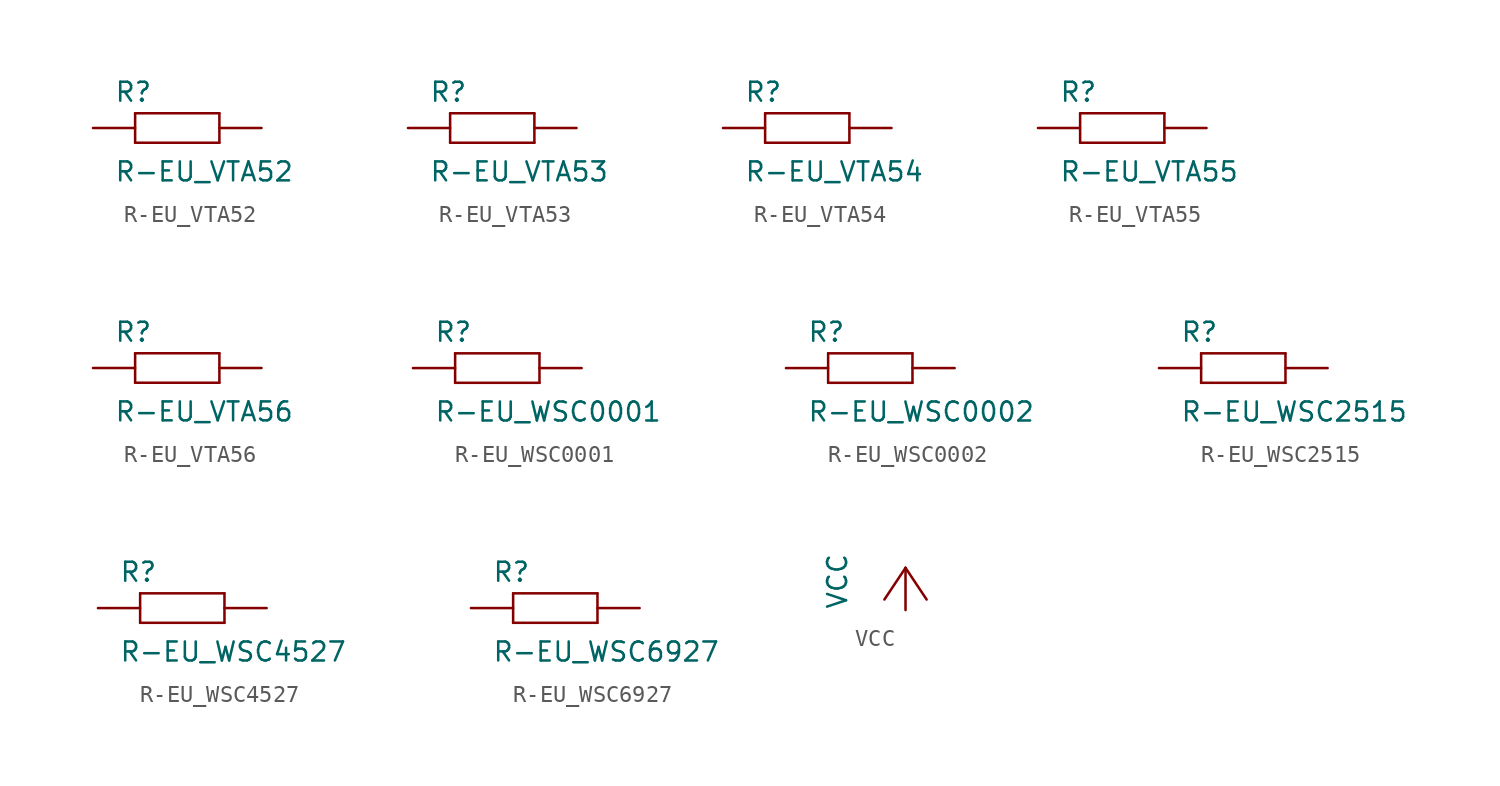
<source format=kicad_sym>
(kicad_symbol_lib
  (version 20211014)
  (generator kicad_symbol_editor)
  (symbol "R-EU_VTA52"
    (pin_numbers hide)
    (pin_names
      (offset 1.016) hide)
    (property "Reference" "R"
      (at -3.81 1.499 0)
      (effects (font (size 1.143 1.143)) (justify left bottom)))
    (property "Value" "R-EU_VTA52"
      (at -3.81 -3.302 0)
      (effects (font (size 1.143 1.143)) (justify left bottom)))
    (property "ki_locked" ""
      (at 0 0 0)
      (effects (font (size 1.27 1.27))))
    (symbol "R-EU_VTA52_1_0"
      (polyline (pts (xy -2.54 -0.889) (xy -2.54 0.889)) (stroke (width 0) (type default) (color 0 0 0 0)) (fill (type none)))
      (polyline (pts (xy -2.54 -0.889) (xy 2.54 -0.889)) (stroke (width 0) (type default) (color 0 0 0 0)) (fill (type none)))
      (polyline (pts (xy 2.54 -0.889) (xy 2.54 0.889)) (stroke (width 0) (type default) (color 0 0 0 0)) (fill (type none)))
      (polyline (pts (xy 2.54 0.889) (xy -2.54 0.889)) (stroke (width 0) (type default) (color 0 0 0 0)) (fill (type none))))
    (symbol "R-EU_VTA52_1_1"
      (pin passive line (at -5.08 0 0) (length 2.54) (name "1" (effects (font (size 1.016 1.016)))) (number "1" (effects (font (size 1.016 1.016)))))
      (pin passive line (at 5.08 0 180) (length 2.54) (name "2" (effects (font (size 1.016 1.016)))) (number "2" (effects (font (size 1.016 1.016)))))))
  (symbol "R-EU_VTA53"
    (pin_numbers hide)
    (pin_names
      (offset 1.016) hide)
    (property "Reference" "R"
      (at -3.81 1.499 0)
      (effects (font (size 1.143 1.143)) (justify left bottom)))
    (property "Value" "R-EU_VTA53"
      (at -3.81 -3.302 0)
      (effects (font (size 1.143 1.143)) (justify left bottom)))
    (property "ki_locked" ""
      (at 0 0 0)
      (effects (font (size 1.27 1.27))))
    (symbol "R-EU_VTA53_1_0"
      (polyline (pts (xy -2.54 -0.889) (xy -2.54 0.889)) (stroke (width 0) (type default) (color 0 0 0 0)) (fill (type none)))
      (polyline (pts (xy -2.54 -0.889) (xy 2.54 -0.889)) (stroke (width 0) (type default) (color 0 0 0 0)) (fill (type none)))
      (polyline (pts (xy 2.54 -0.889) (xy 2.54 0.889)) (stroke (width 0) (type default) (color 0 0 0 0)) (fill (type none)))
      (polyline (pts (xy 2.54 0.889) (xy -2.54 0.889)) (stroke (width 0) (type default) (color 0 0 0 0)) (fill (type none))))
    (symbol "R-EU_VTA53_1_1"
      (pin passive line (at -5.08 0 0) (length 2.54) (name "1" (effects (font (size 1.016 1.016)))) (number "1" (effects (font (size 1.016 1.016)))))
      (pin passive line (at 5.08 0 180) (length 2.54) (name "2" (effects (font (size 1.016 1.016)))) (number "2" (effects (font (size 1.016 1.016)))))))
  (symbol "R-EU_VTA54"
    (pin_numbers hide)
    (pin_names
      (offset 1.016) hide)
    (property "Reference" "R"
      (at -3.81 1.499 0)
      (effects (font (size 1.143 1.143)) (justify left bottom)))
    (property "Value" "R-EU_VTA54"
      (at -3.81 -3.302 0)
      (effects (font (size 1.143 1.143)) (justify left bottom)))
    (property "ki_locked" ""
      (at 0 0 0)
      (effects (font (size 1.27 1.27))))
    (symbol "R-EU_VTA54_1_0"
      (polyline (pts (xy -2.54 -0.889) (xy -2.54 0.889)) (stroke (width 0) (type default) (color 0 0 0 0)) (fill (type none)))
      (polyline (pts (xy -2.54 -0.889) (xy 2.54 -0.889)) (stroke (width 0) (type default) (color 0 0 0 0)) (fill (type none)))
      (polyline (pts (xy 2.54 -0.889) (xy 2.54 0.889)) (stroke (width 0) (type default) (color 0 0 0 0)) (fill (type none)))
      (polyline (pts (xy 2.54 0.889) (xy -2.54 0.889)) (stroke (width 0) (type default) (color 0 0 0 0)) (fill (type none))))
    (symbol "R-EU_VTA54_1_1"
      (pin passive line (at -5.08 0 0) (length 2.54) (name "1" (effects (font (size 1.016 1.016)))) (number "1" (effects (font (size 1.016 1.016)))))
      (pin passive line (at 5.08 0 180) (length 2.54) (name "2" (effects (font (size 1.016 1.016)))) (number "2" (effects (font (size 1.016 1.016)))))))
  (symbol "R-EU_VTA55"
    (pin_numbers hide)
    (pin_names
      (offset 1.016) hide)
    (property "Reference" "R"
      (at -3.81 1.499 0)
      (effects (font (size 1.143 1.143)) (justify left bottom)))
    (property "Value" "R-EU_VTA55"
      (at -3.81 -3.302 0)
      (effects (font (size 1.143 1.143)) (justify left bottom)))
    (property "ki_locked" ""
      (at 0 0 0)
      (effects (font (size 1.27 1.27))))
    (symbol "R-EU_VTA55_1_0"
      (polyline (pts (xy -2.54 -0.889) (xy -2.54 0.889)) (stroke (width 0) (type default) (color 0 0 0 0)) (fill (type none)))
      (polyline (pts (xy -2.54 -0.889) (xy 2.54 -0.889)) (stroke (width 0) (type default) (color 0 0 0 0)) (fill (type none)))
      (polyline (pts (xy 2.54 -0.889) (xy 2.54 0.889)) (stroke (width 0) (type default) (color 0 0 0 0)) (fill (type none)))
      (polyline (pts (xy 2.54 0.889) (xy -2.54 0.889)) (stroke (width 0) (type default) (color 0 0 0 0)) (fill (type none))))
    (symbol "R-EU_VTA55_1_1"
      (pin passive line (at -5.08 0 0) (length 2.54) (name "1" (effects (font (size 1.016 1.016)))) (number "1" (effects (font (size 1.016 1.016)))))
      (pin passive line (at 5.08 0 180) (length 2.54) (name "2" (effects (font (size 1.016 1.016)))) (number "2" (effects (font (size 1.016 1.016)))))))
  (symbol "R-EU_VTA56"
    (pin_numbers hide)
    (pin_names
      (offset 1.016) hide)
    (property "Reference" "R"
      (at -3.81 1.499 0)
      (effects (font (size 1.143 1.143)) (justify left bottom)))
    (property "Value" "R-EU_VTA56"
      (at -3.81 -3.302 0)
      (effects (font (size 1.143 1.143)) (justify left bottom)))
    (property "ki_locked" ""
      (at 0 0 0)
      (effects (font (size 1.27 1.27))))
    (symbol "R-EU_VTA56_1_0"
      (polyline (pts (xy -2.54 -0.889) (xy -2.54 0.889)) (stroke (width 0) (type default) (color 0 0 0 0)) (fill (type none)))
      (polyline (pts (xy -2.54 -0.889) (xy 2.54 -0.889)) (stroke (width 0) (type default) (color 0 0 0 0)) (fill (type none)))
      (polyline (pts (xy 2.54 -0.889) (xy 2.54 0.889)) (stroke (width 0) (type default) (color 0 0 0 0)) (fill (type none)))
      (polyline (pts (xy 2.54 0.889) (xy -2.54 0.889)) (stroke (width 0) (type default) (color 0 0 0 0)) (fill (type none))))
    (symbol "R-EU_VTA56_1_1"
      (pin passive line (at -5.08 0 0) (length 2.54) (name "1" (effects (font (size 1.016 1.016)))) (number "1" (effects (font (size 1.016 1.016)))))
      (pin passive line (at 5.08 0 180) (length 2.54) (name "2" (effects (font (size 1.016 1.016)))) (number "2" (effects (font (size 1.016 1.016)))))))
  (symbol "R-EU_WSC0001"
    (pin_numbers hide)
    (pin_names
      (offset 1.016) hide)
    (property "Reference" "R"
      (at -3.81 1.499 0)
      (effects (font (size 1.143 1.143)) (justify left bottom)))
    (property "Value" "R-EU_WSC0001"
      (at -3.81 -3.302 0)
      (effects (font (size 1.143 1.143)) (justify left bottom)))
    (property "ki_locked" ""
      (at 0 0 0)
      (effects (font (size 1.27 1.27))))
    (symbol "R-EU_WSC0001_1_0"
      (polyline (pts (xy -2.54 -0.889) (xy -2.54 0.889)) (stroke (width 0) (type default) (color 0 0 0 0)) (fill (type none)))
      (polyline (pts (xy -2.54 -0.889) (xy 2.54 -0.889)) (stroke (width 0) (type default) (color 0 0 0 0)) (fill (type none)))
      (polyline (pts (xy 2.54 -0.889) (xy 2.54 0.889)) (stroke (width 0) (type default) (color 0 0 0 0)) (fill (type none)))
      (polyline (pts (xy 2.54 0.889) (xy -2.54 0.889)) (stroke (width 0) (type default) (color 0 0 0 0)) (fill (type none))))
    (symbol "R-EU_WSC0001_1_1"
      (pin passive line (at -5.08 0 0) (length 2.54) (name "1" (effects (font (size 1.016 1.016)))) (number "1" (effects (font (size 1.016 1.016)))))
      (pin passive line (at 5.08 0 180) (length 2.54) (name "2" (effects (font (size 1.016 1.016)))) (number "2" (effects (font (size 1.016 1.016)))))))
  (symbol "R-EU_WSC0002"
    (pin_numbers hide)
    (pin_names
      (offset 1.016) hide)
    (property "Reference" "R"
      (at -3.81 1.499 0)
      (effects (font (size 1.143 1.143)) (justify left bottom)))
    (property "Value" "R-EU_WSC0002"
      (at -3.81 -3.302 0)
      (effects (font (size 1.143 1.143)) (justify left bottom)))
    (property "ki_locked" ""
      (at 0 0 0)
      (effects (font (size 1.27 1.27))))
    (symbol "R-EU_WSC0002_1_0"
      (polyline (pts (xy -2.54 -0.889) (xy -2.54 0.889)) (stroke (width 0) (type default) (color 0 0 0 0)) (fill (type none)))
      (polyline (pts (xy -2.54 -0.889) (xy 2.54 -0.889)) (stroke (width 0) (type default) (color 0 0 0 0)) (fill (type none)))
      (polyline (pts (xy 2.54 -0.889) (xy 2.54 0.889)) (stroke (width 0) (type default) (color 0 0 0 0)) (fill (type none)))
      (polyline (pts (xy 2.54 0.889) (xy -2.54 0.889)) (stroke (width 0) (type default) (color 0 0 0 0)) (fill (type none))))
    (symbol "R-EU_WSC0002_1_1"
      (pin passive line (at -5.08 0 0) (length 2.54) (name "1" (effects (font (size 1.016 1.016)))) (number "1" (effects (font (size 1.016 1.016)))))
      (pin passive line (at 5.08 0 180) (length 2.54) (name "2" (effects (font (size 1.016 1.016)))) (number "2" (effects (font (size 1.016 1.016)))))))
  (symbol "R-EU_WSC2515"
    (pin_numbers hide)
    (pin_names
      (offset 1.016) hide)
    (property "Reference" "R"
      (at -3.81 1.499 0)
      (effects (font (size 1.143 1.143)) (justify left bottom)))
    (property "Value" "R-EU_WSC2515"
      (at -3.81 -3.302 0)
      (effects (font (size 1.143 1.143)) (justify left bottom)))
    (property "ki_locked" ""
      (at 0 0 0)
      (effects (font (size 1.27 1.27))))
    (symbol "R-EU_WSC2515_1_0"
      (polyline (pts (xy -2.54 -0.889) (xy -2.54 0.889)) (stroke (width 0) (type default) (color 0 0 0 0)) (fill (type none)))
      (polyline (pts (xy -2.54 -0.889) (xy 2.54 -0.889)) (stroke (width 0) (type default) (color 0 0 0 0)) (fill (type none)))
      (polyline (pts (xy 2.54 -0.889) (xy 2.54 0.889)) (stroke (width 0) (type default) (color 0 0 0 0)) (fill (type none)))
      (polyline (pts (xy 2.54 0.889) (xy -2.54 0.889)) (stroke (width 0) (type default) (color 0 0 0 0)) (fill (type none))))
    (symbol "R-EU_WSC2515_1_1"
      (pin passive line (at -5.08 0 0) (length 2.54) (name "1" (effects (font (size 1.016 1.016)))) (number "1" (effects (font (size 1.016 1.016)))))
      (pin passive line (at 5.08 0 180) (length 2.54) (name "2" (effects (font (size 1.016 1.016)))) (number "2" (effects (font (size 1.016 1.016)))))))
  (symbol "R-EU_WSC4527"
    (pin_numbers hide)
    (pin_names
      (offset 1.016) hide)
    (property "Reference" "R"
      (at -3.81 1.499 0)
      (effects (font (size 1.143 1.143)) (justify left bottom)))
    (property "Value" "R-EU_WSC4527"
      (at -3.81 -3.302 0)
      (effects (font (size 1.143 1.143)) (justify left bottom)))
    (property "ki_locked" ""
      (at 0 0 0)
      (effects (font (size 1.27 1.27))))
    (symbol "R-EU_WSC4527_1_0"
      (polyline (pts (xy -2.54 -0.889) (xy -2.54 0.889)) (stroke (width 0) (type default) (color 0 0 0 0)) (fill (type none)))
      (polyline (pts (xy -2.54 -0.889) (xy 2.54 -0.889)) (stroke (width 0) (type default) (color 0 0 0 0)) (fill (type none)))
      (polyline (pts (xy 2.54 -0.889) (xy 2.54 0.889)) (stroke (width 0) (type default) (color 0 0 0 0)) (fill (type none)))
      (polyline (pts (xy 2.54 0.889) (xy -2.54 0.889)) (stroke (width 0) (type default) (color 0 0 0 0)) (fill (type none))))
    (symbol "R-EU_WSC4527_1_1"
      (pin passive line (at -5.08 0 0) (length 2.54) (name "1" (effects (font (size 1.016 1.016)))) (number "1" (effects (font (size 1.016 1.016)))))
      (pin passive line (at 5.08 0 180) (length 2.54) (name "2" (effects (font (size 1.016 1.016)))) (number "2" (effects (font (size 1.016 1.016)))))))
  (symbol "R-EU_WSC6927"
    (pin_numbers hide)
    (pin_names
      (offset 1.016) hide)
    (property "Reference" "R"
      (at -3.81 1.499 0)
      (effects (font (size 1.143 1.143)) (justify left bottom)))
    (property "Value" "R-EU_WSC6927"
      (at -3.81 -3.302 0)
      (effects (font (size 1.143 1.143)) (justify left bottom)))
    (property "ki_locked" ""
      (at 0 0 0)
      (effects (font (size 1.27 1.27))))
    (symbol "R-EU_WSC6927_1_0"
      (polyline (pts (xy -2.54 -0.889) (xy -2.54 0.889)) (stroke (width 0) (type default) (color 0 0 0 0)) (fill (type none)))
      (polyline (pts (xy -2.54 -0.889) (xy 2.54 -0.889)) (stroke (width 0) (type default) (color 0 0 0 0)) (fill (type none)))
      (polyline (pts (xy 2.54 -0.889) (xy 2.54 0.889)) (stroke (width 0) (type default) (color 0 0 0 0)) (fill (type none)))
      (polyline (pts (xy 2.54 0.889) (xy -2.54 0.889)) (stroke (width 0) (type default) (color 0 0 0 0)) (fill (type none))))
    (symbol "R-EU_WSC6927_1_1"
      (pin passive line (at -5.08 0 0) (length 2.54) (name "1" (effects (font (size 1.016 1.016)))) (number "1" (effects (font (size 1.016 1.016)))))
      (pin passive line (at 5.08 0 180) (length 2.54) (name "2" (effects (font (size 1.016 1.016)))) (number "2" (effects (font (size 1.016 1.016)))))))
  (symbol "VCC"
    (power)
    (pin_numbers hide)
    (pin_names
      (offset 1.016) hide)
    (property "Reference" "#P+"
      (at 0 0 90)
      (effects (font (size 1.143 1.143)) (justify left bottom) hide))
    (property "Value" "VCC"
      (at -3.429 -2.54 90)
      (effects (font (size 1.143 1.143)) (justify left bottom)))
    (property "ki_locked" ""
      (at 0 0 0)
      (effects (font (size 1.27 1.27))))
    (symbol "VCC_1_0"
      (polyline (pts (xy 0 -2.54) (xy 0 0)) (stroke (width 0) (type default) (color 0 0 0 0)) (fill (type none)))
      (polyline (pts (xy 0 0) (xy -1.27 -1.905)) (stroke (width 0) (type default) (color 0 0 0 0)) (fill (type none)))
      (polyline (pts (xy 1.27 -1.905) (xy 0 0)) (stroke (width 0) (type default) (color 0 0 0 0)) (fill (type none))))
    (symbol "VCC_1_1"
      (pin power_in line (at 0 -2.54 90) (length 2.54) hide (name "VCC" (effects (font (size 1.016 1.016)))) (number "~" (effects (font (size 1.016 1.016))))))))
</source>
